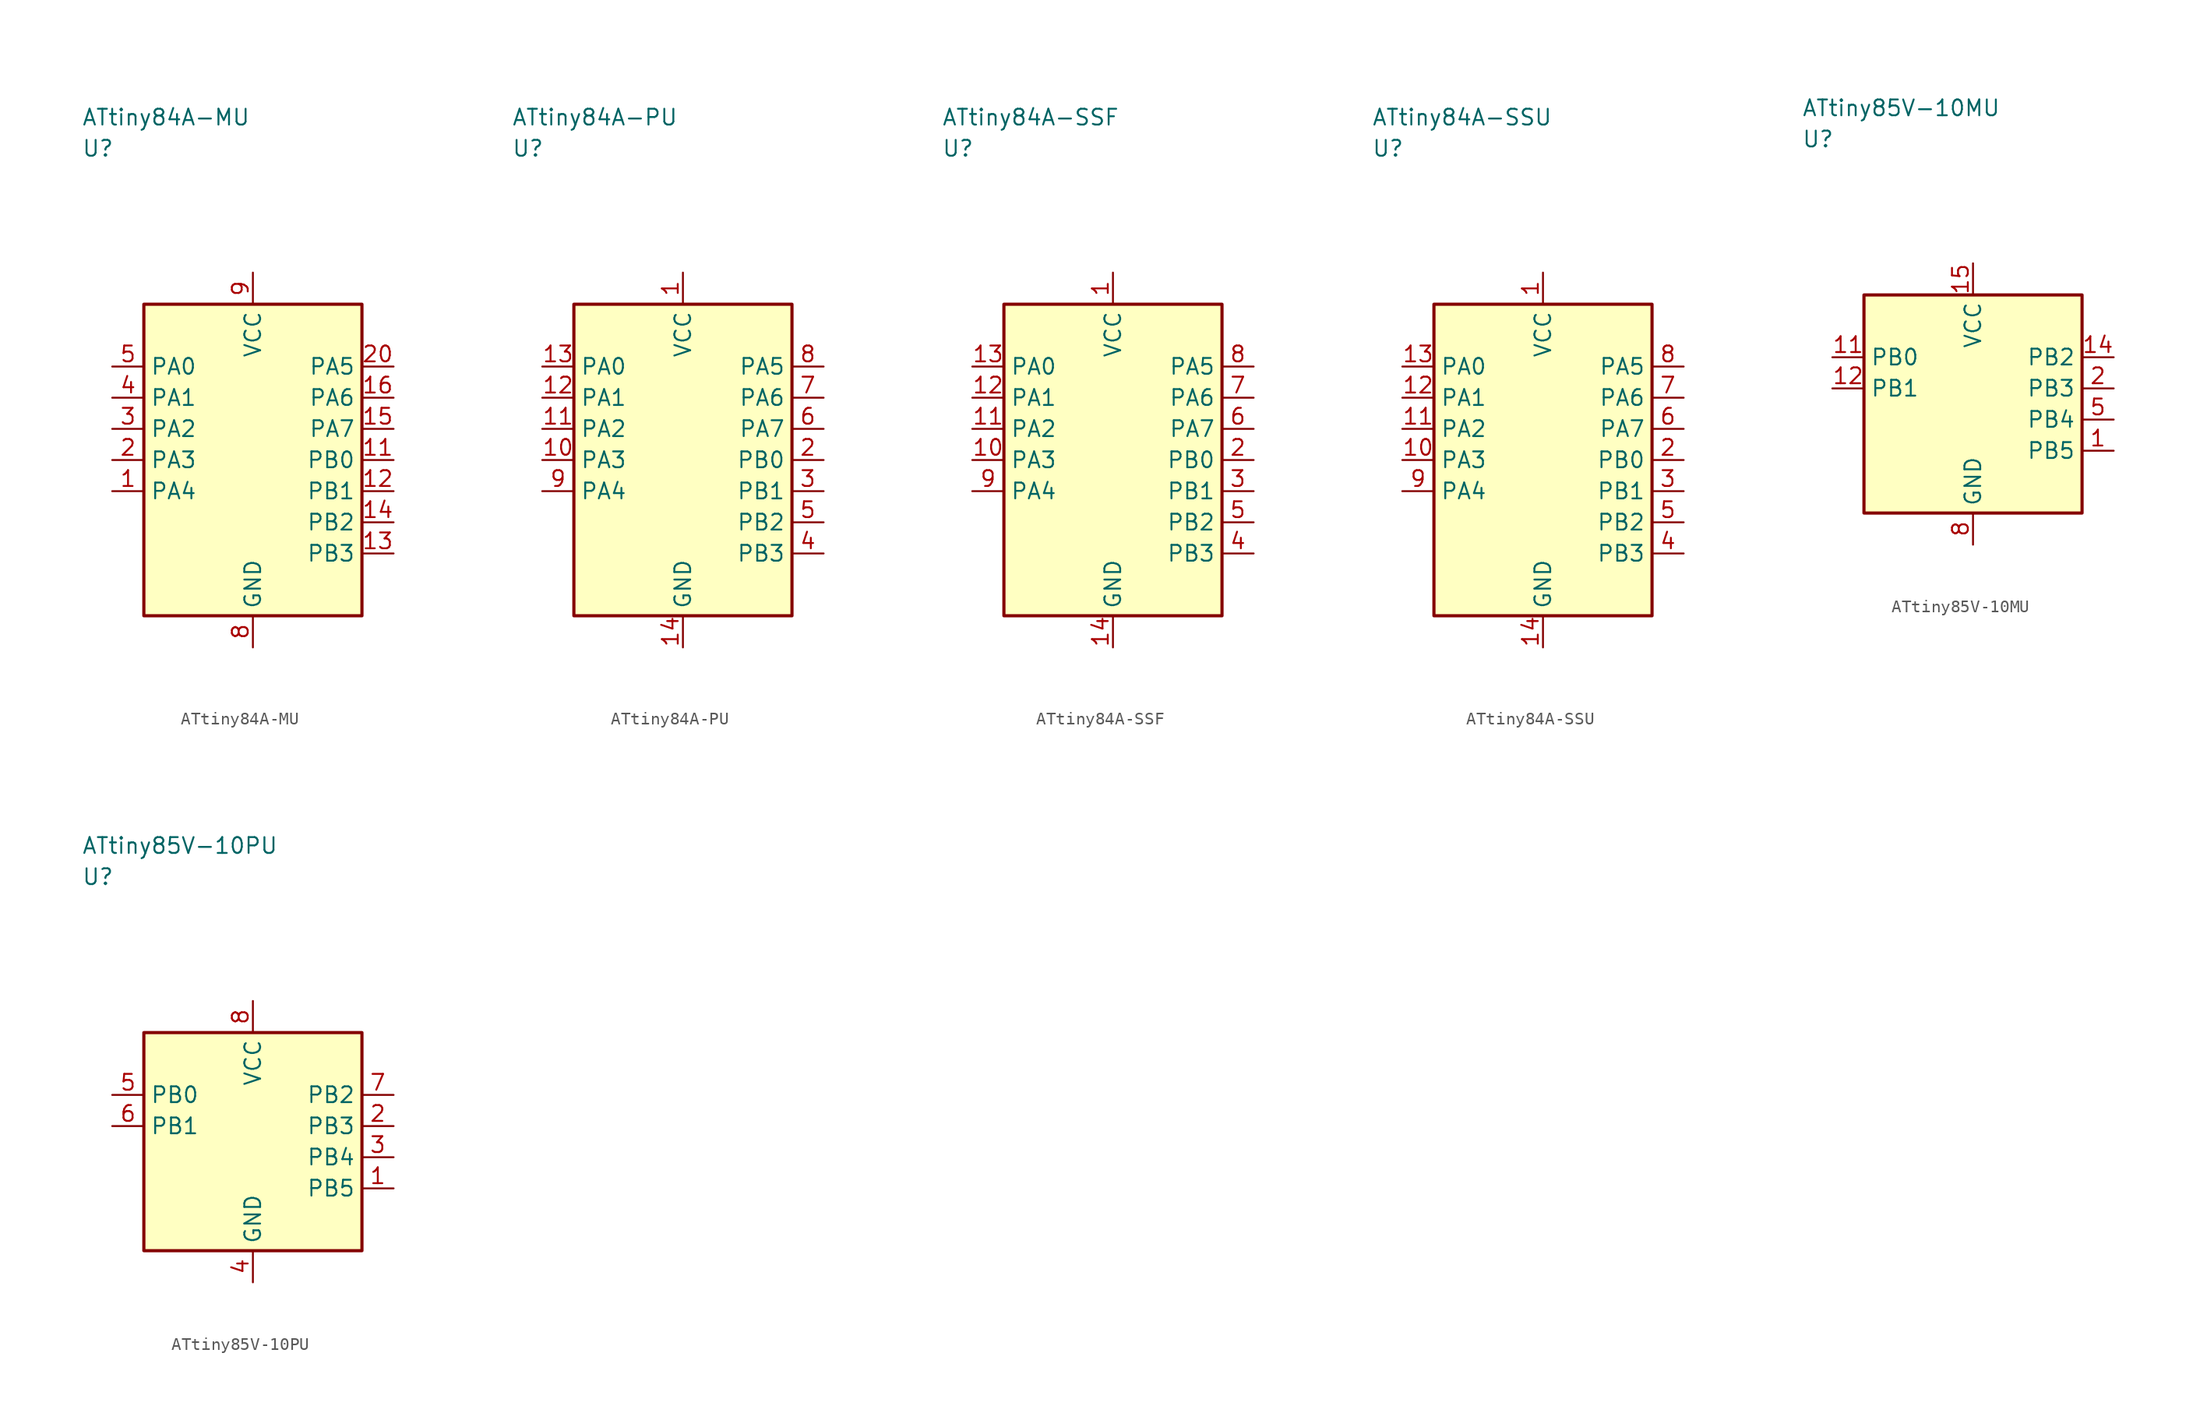
<source format=kicad_sym>
(kicad_symbol_lib
  (version 20241025)
  (generator "kicad_symbol_editor")
  (generator_version "8.0")
  (symbol "ATtiny84A-MU"
    (property "Reference" "U"
      (at -13.75 25.0 0)
      (effects (font (size 1.27 1.27)) (justify left)))
    (property "Value" "ATtiny84A-MU"
      (at -13.75 27.5 0)
      (effects (font (size 1.27 1.27)) (justify left)))
    (symbol "ATtiny84A-MU_0_1"
      (rectangle (start -8.75 12.5) (end 8.75 -12.5) (stroke (width 0.254) (type default)) (fill (type background))))
    (symbol "ATtiny84A-MU_1_1"
      (pin bidirectional line (at -11.29 -2.5 0.0) (length 2.54) (name "PA4" (effects (font (size 1.27 1.27)))) (number "1" (effects (font (size 1.27 1.27)))))
      (pin bidirectional line (at -11.29 0.0 0.0) (length 2.54) (name "PA3" (effects (font (size 1.27 1.27)))) (number "2" (effects (font (size 1.27 1.27)))))
      (pin bidirectional line (at -11.29 2.5 0.0) (length 2.54) (name "PA2" (effects (font (size 1.27 1.27)))) (number "3" (effects (font (size 1.27 1.27)))))
      (pin bidirectional line (at -11.29 5.0 0.0) (length 2.54) (name "PA1" (effects (font (size 1.27 1.27)))) (number "4" (effects (font (size 1.27 1.27)))))
      (pin bidirectional line (at -11.29 7.5 0.0) (length 2.54) (name "PA0" (effects (font (size 1.27 1.27)))) (number "5" (effects (font (size 1.27 1.27)))))
      (pin passive line (at 0.0 -15.04 90.0) (length 2.54) (name "GND" (effects (font (size 1.27 1.27)))) (number "8" (effects (font (size 1.27 1.27)))))
      (pin power_in line (at 0.0 15.04 270.0) (length 2.54) (name "VCC" (effects (font (size 1.27 1.27)))) (number "9" (effects (font (size 1.27 1.27)))))
      (pin bidirectional line (at 11.29 0.0 180.0) (length 2.54) (name "PB0" (effects (font (size 1.27 1.27)))) (number "11" (effects (font (size 1.27 1.27)))))
      (pin bidirectional line (at 11.29 -2.5 180.0) (length 2.54) (name "PB1" (effects (font (size 1.27 1.27)))) (number "12" (effects (font (size 1.27 1.27)))))
      (pin bidirectional line (at 11.29 -7.5 180.0) (length 2.54) (name "PB3" (effects (font (size 1.27 1.27)))) (number "13" (effects (font (size 1.27 1.27)))))
      (pin bidirectional line (at 11.29 -5.0 180.0) (length 2.54) (name "PB2" (effects (font (size 1.27 1.27)))) (number "14" (effects (font (size 1.27 1.27)))))
      (pin bidirectional line (at 11.29 2.5 180.0) (length 2.54) (name "PA7" (effects (font (size 1.27 1.27)))) (number "15" (effects (font (size 1.27 1.27)))))
      (pin bidirectional line (at 11.29 5.0 180.0) (length 2.54) (name "PA6" (effects (font (size 1.27 1.27)))) (number "16" (effects (font (size 1.27 1.27)))))
      (pin bidirectional line (at 11.29 7.5 180.0) (length 2.54) (name "PA5" (effects (font (size 1.27 1.27)))) (number "20" (effects (font (size 1.27 1.27)))))))
  (symbol "ATtiny84A-PU"
    (property "Reference" "U"
      (at -13.75 25.0 0)
      (effects (font (size 1.27 1.27)) (justify left)))
    (property "Value" "ATtiny84A-PU"
      (at -13.75 27.5 0)
      (effects (font (size 1.27 1.27)) (justify left)))
    (symbol "ATtiny84A-PU_0_1"
      (rectangle (start -8.75 12.5) (end 8.75 -12.5) (stroke (width 0.254) (type default)) (fill (type background))))
    (symbol "ATtiny84A-PU_1_1"
      (pin power_in line (at 0.0 15.04 270.0) (length 2.54) (name "VCC" (effects (font (size 1.27 1.27)))) (number "1" (effects (font (size 1.27 1.27)))))
      (pin bidirectional line (at 11.29 0.0 180.0) (length 2.54) (name "PB0" (effects (font (size 1.27 1.27)))) (number "2" (effects (font (size 1.27 1.27)))))
      (pin bidirectional line (at 11.29 -2.5 180.0) (length 2.54) (name "PB1" (effects (font (size 1.27 1.27)))) (number "3" (effects (font (size 1.27 1.27)))))
      (pin bidirectional line (at 11.29 -7.5 180.0) (length 2.54) (name "PB3" (effects (font (size 1.27 1.27)))) (number "4" (effects (font (size 1.27 1.27)))))
      (pin bidirectional line (at 11.29 -5.0 180.0) (length 2.54) (name "PB2" (effects (font (size 1.27 1.27)))) (number "5" (effects (font (size 1.27 1.27)))))
      (pin bidirectional line (at 11.29 2.5 180.0) (length 2.54) (name "PA7" (effects (font (size 1.27 1.27)))) (number "6" (effects (font (size 1.27 1.27)))))
      (pin bidirectional line (at 11.29 5.0 180.0) (length 2.54) (name "PA6" (effects (font (size 1.27 1.27)))) (number "7" (effects (font (size 1.27 1.27)))))
      (pin bidirectional line (at 11.29 7.5 180.0) (length 2.54) (name "PA5" (effects (font (size 1.27 1.27)))) (number "8" (effects (font (size 1.27 1.27)))))
      (pin bidirectional line (at -11.29 -2.5 0.0) (length 2.54) (name "PA4" (effects (font (size 1.27 1.27)))) (number "9" (effects (font (size 1.27 1.27)))))
      (pin bidirectional line (at -11.29 0.0 0.0) (length 2.54) (name "PA3" (effects (font (size 1.27 1.27)))) (number "10" (effects (font (size 1.27 1.27)))))
      (pin bidirectional line (at -11.29 2.5 0.0) (length 2.54) (name "PA2" (effects (font (size 1.27 1.27)))) (number "11" (effects (font (size 1.27 1.27)))))
      (pin bidirectional line (at -11.29 5.0 0.0) (length 2.54) (name "PA1" (effects (font (size 1.27 1.27)))) (number "12" (effects (font (size 1.27 1.27)))))
      (pin bidirectional line (at -11.29 7.5 0.0) (length 2.54) (name "PA0" (effects (font (size 1.27 1.27)))) (number "13" (effects (font (size 1.27 1.27)))))
      (pin passive line (at 0.0 -15.04 90.0) (length 2.54) (name "GND" (effects (font (size 1.27 1.27)))) (number "14" (effects (font (size 1.27 1.27)))))))
  (symbol "ATtiny84A-SSF"
    (property "Reference" "U"
      (at -13.75 25.0 0)
      (effects (font (size 1.27 1.27)) (justify left)))
    (property "Value" "ATtiny84A-SSF"
      (at -13.75 27.5 0)
      (effects (font (size 1.27 1.27)) (justify left)))
    (symbol "ATtiny84A-SSF_0_1"
      (rectangle (start -8.75 12.5) (end 8.75 -12.5) (stroke (width 0.254) (type default)) (fill (type background))))
    (symbol "ATtiny84A-SSF_1_1"
      (pin power_in line (at 0.0 15.04 270.0) (length 2.54) (name "VCC" (effects (font (size 1.27 1.27)))) (number "1" (effects (font (size 1.27 1.27)))))
      (pin bidirectional line (at 11.29 0.0 180.0) (length 2.54) (name "PB0" (effects (font (size 1.27 1.27)))) (number "2" (effects (font (size 1.27 1.27)))))
      (pin bidirectional line (at 11.29 -2.5 180.0) (length 2.54) (name "PB1" (effects (font (size 1.27 1.27)))) (number "3" (effects (font (size 1.27 1.27)))))
      (pin bidirectional line (at 11.29 -7.5 180.0) (length 2.54) (name "PB3" (effects (font (size 1.27 1.27)))) (number "4" (effects (font (size 1.27 1.27)))))
      (pin bidirectional line (at 11.29 -5.0 180.0) (length 2.54) (name "PB2" (effects (font (size 1.27 1.27)))) (number "5" (effects (font (size 1.27 1.27)))))
      (pin bidirectional line (at 11.29 2.5 180.0) (length 2.54) (name "PA7" (effects (font (size 1.27 1.27)))) (number "6" (effects (font (size 1.27 1.27)))))
      (pin bidirectional line (at 11.29 5.0 180.0) (length 2.54) (name "PA6" (effects (font (size 1.27 1.27)))) (number "7" (effects (font (size 1.27 1.27)))))
      (pin bidirectional line (at 11.29 7.5 180.0) (length 2.54) (name "PA5" (effects (font (size 1.27 1.27)))) (number "8" (effects (font (size 1.27 1.27)))))
      (pin bidirectional line (at -11.29 -2.5 0.0) (length 2.54) (name "PA4" (effects (font (size 1.27 1.27)))) (number "9" (effects (font (size 1.27 1.27)))))
      (pin bidirectional line (at -11.29 0.0 0.0) (length 2.54) (name "PA3" (effects (font (size 1.27 1.27)))) (number "10" (effects (font (size 1.27 1.27)))))
      (pin bidirectional line (at -11.29 2.5 0.0) (length 2.54) (name "PA2" (effects (font (size 1.27 1.27)))) (number "11" (effects (font (size 1.27 1.27)))))
      (pin bidirectional line (at -11.29 5.0 0.0) (length 2.54) (name "PA1" (effects (font (size 1.27 1.27)))) (number "12" (effects (font (size 1.27 1.27)))))
      (pin bidirectional line (at -11.29 7.5 0.0) (length 2.54) (name "PA0" (effects (font (size 1.27 1.27)))) (number "13" (effects (font (size 1.27 1.27)))))
      (pin passive line (at 0.0 -15.04 90.0) (length 2.54) (name "GND" (effects (font (size 1.27 1.27)))) (number "14" (effects (font (size 1.27 1.27)))))))
  (symbol "ATtiny84A-SSU"
    (property "Reference" "U"
      (at -13.75 25.0 0)
      (effects (font (size 1.27 1.27)) (justify left)))
    (property "Value" "ATtiny84A-SSU"
      (at -13.75 27.5 0)
      (effects (font (size 1.27 1.27)) (justify left)))
    (symbol "ATtiny84A-SSU_0_1"
      (rectangle (start -8.75 12.5) (end 8.75 -12.5) (stroke (width 0.254) (type default)) (fill (type background))))
    (symbol "ATtiny84A-SSU_1_1"
      (pin power_in line (at 0.0 15.04 270.0) (length 2.54) (name "VCC" (effects (font (size 1.27 1.27)))) (number "1" (effects (font (size 1.27 1.27)))))
      (pin bidirectional line (at 11.29 0.0 180.0) (length 2.54) (name "PB0" (effects (font (size 1.27 1.27)))) (number "2" (effects (font (size 1.27 1.27)))))
      (pin bidirectional line (at 11.29 -2.5 180.0) (length 2.54) (name "PB1" (effects (font (size 1.27 1.27)))) (number "3" (effects (font (size 1.27 1.27)))))
      (pin bidirectional line (at 11.29 -7.5 180.0) (length 2.54) (name "PB3" (effects (font (size 1.27 1.27)))) (number "4" (effects (font (size 1.27 1.27)))))
      (pin bidirectional line (at 11.29 -5.0 180.0) (length 2.54) (name "PB2" (effects (font (size 1.27 1.27)))) (number "5" (effects (font (size 1.27 1.27)))))
      (pin bidirectional line (at 11.29 2.5 180.0) (length 2.54) (name "PA7" (effects (font (size 1.27 1.27)))) (number "6" (effects (font (size 1.27 1.27)))))
      (pin bidirectional line (at 11.29 5.0 180.0) (length 2.54) (name "PA6" (effects (font (size 1.27 1.27)))) (number "7" (effects (font (size 1.27 1.27)))))
      (pin bidirectional line (at 11.29 7.5 180.0) (length 2.54) (name "PA5" (effects (font (size 1.27 1.27)))) (number "8" (effects (font (size 1.27 1.27)))))
      (pin bidirectional line (at -11.29 -2.5 0.0) (length 2.54) (name "PA4" (effects (font (size 1.27 1.27)))) (number "9" (effects (font (size 1.27 1.27)))))
      (pin bidirectional line (at -11.29 0.0 0.0) (length 2.54) (name "PA3" (effects (font (size 1.27 1.27)))) (number "10" (effects (font (size 1.27 1.27)))))
      (pin bidirectional line (at -11.29 2.5 0.0) (length 2.54) (name "PA2" (effects (font (size 1.27 1.27)))) (number "11" (effects (font (size 1.27 1.27)))))
      (pin bidirectional line (at -11.29 5.0 0.0) (length 2.54) (name "PA1" (effects (font (size 1.27 1.27)))) (number "12" (effects (font (size 1.27 1.27)))))
      (pin bidirectional line (at -11.29 7.5 0.0) (length 2.54) (name "PA0" (effects (font (size 1.27 1.27)))) (number "13" (effects (font (size 1.27 1.27)))))
      (pin passive line (at 0.0 -15.04 90.0) (length 2.54) (name "GND" (effects (font (size 1.27 1.27)))) (number "14" (effects (font (size 1.27 1.27)))))))
  (symbol "ATtiny85V-10MU"
    (property "Reference" "U"
      (at -13.75 21.25 0)
      (effects (font (size 1.27 1.27)) (justify left)))
    (property "Value" "ATtiny85V-10MU"
      (at -13.75 23.75 0)
      (effects (font (size 1.27 1.27)) (justify left)))
    (symbol "ATtiny85V-10MU_0_1"
      (rectangle (start -8.75 8.75) (end 8.75 -8.75) (stroke (width 0.254) (type default)) (fill (type background))))
    (symbol "ATtiny85V-10MU_1_1"
      (pin bidirectional line (at 11.29 -3.75 180.0) (length 2.54) (name "PB5" (effects (font (size 1.27 1.27)))) (number "1" (effects (font (size 1.27 1.27)))))
      (pin bidirectional line (at 11.29 1.25 180.0) (length 2.54) (name "PB3" (effects (font (size 1.27 1.27)))) (number "2" (effects (font (size 1.27 1.27)))))
      (pin bidirectional line (at 11.29 -1.25 180.0) (length 2.54) (name "PB4" (effects (font (size 1.27 1.27)))) (number "5" (effects (font (size 1.27 1.27)))))
      (pin passive line (at 0.0 -11.29 90.0) (length 2.54) (name "GND" (effects (font (size 1.27 1.27)))) (number "8" (effects (font (size 1.27 1.27)))))
      (pin bidirectional line (at -11.29 3.75 0.0) (length 2.54) (name "PB0" (effects (font (size 1.27 1.27)))) (number "11" (effects (font (size 1.27 1.27)))))
      (pin bidirectional line (at -11.29 1.25 0.0) (length 2.54) (name "PB1" (effects (font (size 1.27 1.27)))) (number "12" (effects (font (size 1.27 1.27)))))
      (pin bidirectional line (at 11.29 3.75 180.0) (length 2.54) (name "PB2" (effects (font (size 1.27 1.27)))) (number "14" (effects (font (size 1.27 1.27)))))
      (pin power_in line (at 0.0 11.29 270.0) (length 2.54) (name "VCC" (effects (font (size 1.27 1.27)))) (number "15" (effects (font (size 1.27 1.27)))))))
  (symbol "ATtiny85V-10PU"
    (property "Reference" "U"
      (at -13.75 21.25 0)
      (effects (font (size 1.27 1.27)) (justify left)))
    (property "Value" "ATtiny85V-10PU"
      (at -13.75 23.75 0)
      (effects (font (size 1.27 1.27)) (justify left)))
    (symbol "ATtiny85V-10PU_0_1"
      (rectangle (start -8.75 8.75) (end 8.75 -8.75) (stroke (width 0.254) (type default)) (fill (type background))))
    (symbol "ATtiny85V-10PU_1_1"
      (pin bidirectional line (at 11.29 -3.75 180.0) (length 2.54) (name "PB5" (effects (font (size 1.27 1.27)))) (number "1" (effects (font (size 1.27 1.27)))))
      (pin bidirectional line (at 11.29 1.25 180.0) (length 2.54) (name "PB3" (effects (font (size 1.27 1.27)))) (number "2" (effects (font (size 1.27 1.27)))))
      (pin bidirectional line (at 11.29 -1.25 180.0) (length 2.54) (name "PB4" (effects (font (size 1.27 1.27)))) (number "3" (effects (font (size 1.27 1.27)))))
      (pin passive line (at 0.0 -11.29 90.0) (length 2.54) (name "GND" (effects (font (size 1.27 1.27)))) (number "4" (effects (font (size 1.27 1.27)))))
      (pin bidirectional line (at -11.29 3.75 0.0) (length 2.54) (name "PB0" (effects (font (size 1.27 1.27)))) (number "5" (effects (font (size 1.27 1.27)))))
      (pin bidirectional line (at -11.29 1.25 0.0) (length 2.54) (name "PB1" (effects (font (size 1.27 1.27)))) (number "6" (effects (font (size 1.27 1.27)))))
      (pin bidirectional line (at 11.29 3.75 180.0) (length 2.54) (name "PB2" (effects (font (size 1.27 1.27)))) (number "7" (effects (font (size 1.27 1.27)))))
      (pin power_in line (at 0.0 11.29 270.0) (length 2.54) (name "VCC" (effects (font (size 1.27 1.27)))) (number "8" (effects (font (size 1.27 1.27))))))))
</source>
